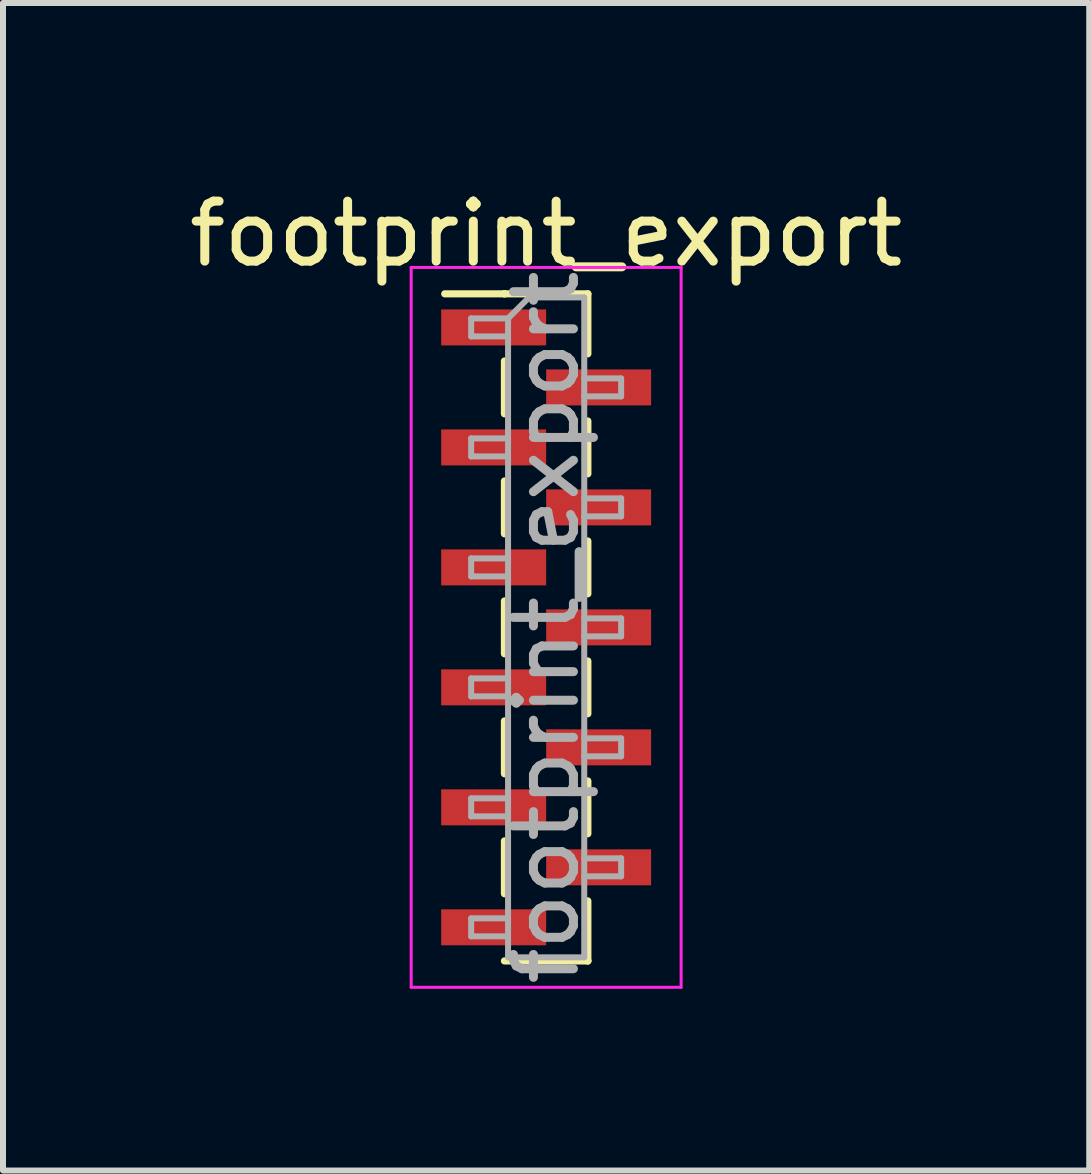
<source format=kicad_pcb>
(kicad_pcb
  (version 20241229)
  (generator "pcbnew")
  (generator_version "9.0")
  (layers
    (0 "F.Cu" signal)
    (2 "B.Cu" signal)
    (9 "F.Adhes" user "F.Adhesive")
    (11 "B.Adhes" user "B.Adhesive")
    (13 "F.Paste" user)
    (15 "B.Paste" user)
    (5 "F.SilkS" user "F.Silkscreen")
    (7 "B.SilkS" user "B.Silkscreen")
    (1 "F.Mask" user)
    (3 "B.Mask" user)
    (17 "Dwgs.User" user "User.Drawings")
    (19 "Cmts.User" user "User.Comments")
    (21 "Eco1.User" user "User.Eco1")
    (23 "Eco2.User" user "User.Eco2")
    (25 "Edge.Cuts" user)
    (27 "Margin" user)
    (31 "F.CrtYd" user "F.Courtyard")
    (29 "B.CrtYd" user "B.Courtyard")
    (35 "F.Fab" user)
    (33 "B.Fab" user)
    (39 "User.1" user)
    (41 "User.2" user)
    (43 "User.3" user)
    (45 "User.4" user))
  (footprint "footprint_export"
    (layer "F.Cu")
    (at 6.054 7.408)
    (property "Reference" "footprint_export" (at 0 -6.56 0) (layer "F.SilkS") (effects (font (size 1 1) (thickness 0.15))))
    (attr smd)
    (fp_line (start -0.695 -5.56) (end -1.69 -5.56) (stroke (width 0.12) (type solid)) (layer "F.SilkS"))
    (fp_line (start -0.695 -5.56) (end -0.695 -5.56) (stroke (width 0.12) (type solid)) (layer "F.SilkS"))
    (fp_line (start -0.695 -5.56) (end 0.695 -5.56) (stroke (width 0.12) (type solid)) (layer "F.SilkS"))
    (fp_line (start -0.695 -4.44) (end -0.695 -3.56) (stroke (width 0.12) (type solid)) (layer "F.SilkS"))
    (fp_line (start -0.695 -2.44) (end -0.695 -1.56) (stroke (width 0.12) (type solid)) (layer "F.SilkS"))
    (fp_line (start -0.695 -0.44) (end -0.695 0.44) (stroke (width 0.12) (type solid)) (layer "F.SilkS"))
    (fp_line (start -0.695 1.56) (end -0.695 2.44) (stroke (width 0.12) (type solid)) (layer "F.SilkS"))
    (fp_line (start -0.695 3.56) (end -0.695 4.44) (stroke (width 0.12) (type solid)) (layer "F.SilkS"))
    (fp_line (start -0.695 5.56) (end 0.695 5.56) (stroke (width 0.12) (type solid)) (layer "F.SilkS"))
    (fp_line (start 0.695 -5.56) (end 0.695 -4.56) (stroke (width 0.12) (type solid)) (layer "F.SilkS"))
    (fp_line (start 0.695 -3.44) (end 0.695 -2.56) (stroke (width 0.12) (type solid)) (layer "F.SilkS"))
    (fp_line (start 0.695 -1.44) (end 0.695 -0.56) (stroke (width 0.12) (type solid)) (layer "F.SilkS"))
    (fp_line (start 0.695 0.56) (end 0.695 1.44) (stroke (width 0.12) (type solid)) (layer "F.SilkS"))
    (fp_line (start 0.695 2.56) (end 0.695 3.44) (stroke (width 0.12) (type solid)) (layer "F.SilkS"))
    (fp_line (start 0.695 4.56) (end 0.695 5.56) (stroke (width 0.12) (type solid)) (layer "F.SilkS"))
    (fp_line (start 0.695 5.56) (end 0.695 5.56) (stroke (width 0.12) (type solid)) (layer "F.SilkS"))
    (fp_line (start -2.25 -6) (end -2.25 6) (stroke (width 0.05) (type solid)) (layer "F.CrtYd"))
    (fp_line (start -2.25 6) (end 2.25 6) (stroke (width 0.05) (type solid)) (layer "F.CrtYd"))
    (fp_line (start 2.25 -6) (end -2.25 -6) (stroke (width 0.05) (type solid)) (layer "F.CrtYd"))
    (fp_line (start 2.25 6) (end 2.25 -6) (stroke (width 0.05) (type solid)) (layer "F.CrtYd"))
    (fp_line (start -1.25 -5.15) (end -1.25 -4.85) (stroke (width 0.1) (type solid)) (layer "F.Fab"))
    (fp_line (start -1.25 -4.85) (end -0.635 -4.85) (stroke (width 0.1) (type solid)) (layer "F.Fab"))
    (fp_line (start -1.25 -3.15) (end -1.25 -2.85) (stroke (width 0.1) (type solid)) (layer "F.Fab"))
    (fp_line (start -1.25 -2.85) (end -0.635 -2.85) (stroke (width 0.1) (type solid)) (layer "F.Fab"))
    (fp_line (start -1.25 -1.15) (end -1.25 -0.85) (stroke (width 0.1) (type solid)) (layer "F.Fab"))
    (fp_line (start -1.25 -0.85) (end -0.635 -0.85) (stroke (width 0.1) (type solid)) (layer "F.Fab"))
    (fp_line (start -1.25 0.85) (end -1.25 1.15) (stroke (width 0.1) (type solid)) (layer "F.Fab"))
    (fp_line (start -1.25 1.15) (end -0.635 1.15) (stroke (width 0.1) (type solid)) (layer "F.Fab"))
    (fp_line (start -1.25 2.85) (end -1.25 3.15) (stroke (width 0.1) (type solid)) (layer "F.Fab"))
    (fp_line (start -1.25 3.15) (end -0.635 3.15) (stroke (width 0.1) (type solid)) (layer "F.Fab"))
    (fp_line (start -1.25 4.85) (end -1.25 5.15) (stroke (width 0.1) (type solid)) (layer "F.Fab"))
    (fp_line (start -1.25 5.15) (end -0.635 5.15) (stroke (width 0.1) (type solid)) (layer "F.Fab"))
    (fp_line (start -0.635 -5.15) (end -1.25 -5.15) (stroke (width 0.1) (type solid)) (layer "F.Fab"))
    (fp_line (start -0.635 -5.15) (end -0.285 -5.5) (stroke (width 0.1) (type solid)) (layer "F.Fab"))
    (fp_line (start -0.635 -3.15) (end -1.25 -3.15) (stroke (width 0.1) (type solid)) (layer "F.Fab"))
    (fp_line (start -0.635 -1.15) (end -1.25 -1.15) (stroke (width 0.1) (type solid)) (layer "F.Fab"))
    (fp_line (start -0.635 0.85) (end -1.25 0.85) (stroke (width 0.1) (type solid)) (layer "F.Fab"))
    (fp_line (start -0.635 2.85) (end -1.25 2.85) (stroke (width 0.1) (type solid)) (layer "F.Fab"))
    (fp_line (start -0.635 4.85) (end -1.25 4.85) (stroke (width 0.1) (type solid)) (layer "F.Fab"))
    (fp_line (start -0.635 5.5) (end -0.635 -5.15) (stroke (width 0.1) (type solid)) (layer "F.Fab"))
    (fp_line (start -0.285 -5.5) (end 0.635 -5.5) (stroke (width 0.1) (type solid)) (layer "F.Fab"))
    (fp_line (start 0.635 -5.5) (end 0.635 5.5) (stroke (width 0.1) (type solid)) (layer "F.Fab"))
    (fp_line (start 0.635 -4.15) (end 1.25 -4.15) (stroke (width 0.1) (type solid)) (layer "F.Fab"))
    (fp_line (start 0.635 -2.15) (end 1.25 -2.15) (stroke (width 0.1) (type solid)) (layer "F.Fab"))
    (fp_line (start 0.635 -0.15) (end 1.25 -0.15) (stroke (width 0.1) (type solid)) (layer "F.Fab"))
    (fp_line (start 0.635 1.85) (end 1.25 1.85) (stroke (width 0.1) (type solid)) (layer "F.Fab"))
    (fp_line (start 0.635 3.85) (end 1.25 3.85) (stroke (width 0.1) (type solid)) (layer "F.Fab"))
    (fp_line (start 0.635 5.5) (end -0.635 5.5) (stroke (width 0.1) (type solid)) (layer "F.Fab"))
    (fp_line (start 1.25 -4.15) (end 1.25 -3.85) (stroke (width 0.1) (type solid)) (layer "F.Fab"))
    (fp_line (start 1.25 -3.85) (end 0.635 -3.85) (stroke (width 0.1) (type solid)) (layer "F.Fab"))
    (fp_line (start 1.25 -2.15) (end 1.25 -1.85) (stroke (width 0.1) (type solid)) (layer "F.Fab"))
    (fp_line (start 1.25 -1.85) (end 0.635 -1.85) (stroke (width 0.1) (type solid)) (layer "F.Fab"))
    (fp_line (start 1.25 -0.15) (end 1.25 0.15) (stroke (width 0.1) (type solid)) (layer "F.Fab"))
    (fp_line (start 1.25 0.15) (end 0.635 0.15) (stroke (width 0.1) (type solid)) (layer "F.Fab"))
    (fp_line (start 1.25 1.85) (end 1.25 2.15) (stroke (width 0.1) (type solid)) (layer "F.Fab"))
    (fp_line (start 1.25 2.15) (end 0.635 2.15) (stroke (width 0.1) (type solid)) (layer "F.Fab"))
    (fp_line (start 1.25 3.85) (end 1.25 4.15) (stroke (width 0.1) (type solid)) (layer "F.Fab"))
    (fp_line (start 1.25 4.15) (end 0.635 4.15) (stroke (width 0.1) (type solid)) (layer "F.Fab"))
    (fp_text user "${REFERENCE}" (at 0 0 90) (layer "F.Fab") (effects (font (size 1 1) (thickness 0.15))))
    (pad "1" smd rect (at -0.875 -5) (size 1.75 0.6) (layers "F.Cu" "F.Mask" "F.Paste"))
    (pad "2" smd rect (at 0.875 -4) (size 1.75 0.6) (layers "F.Cu" "F.Mask" "F.Paste"))
    (pad "3" smd rect (at -0.875 -3) (size 1.75 0.6) (layers "F.Cu" "F.Mask" "F.Paste"))
    (pad "4" smd rect (at 0.875 -2) (size 1.75 0.6) (layers "F.Cu" "F.Mask" "F.Paste"))
    (pad "5" smd rect (at -0.875 -1) (size 1.75 0.6) (layers "F.Cu" "F.Mask" "F.Paste"))
    (pad "6" smd rect (at 0.875 0) (size 1.75 0.6) (layers "F.Cu" "F.Mask" "F.Paste"))
    (pad "7" smd rect (at -0.875 1) (size 1.75 0.6) (layers "F.Cu" "F.Mask" "F.Paste"))
    (pad "8" smd rect (at 0.875 2) (size 1.75 0.6) (layers "F.Cu" "F.Mask" "F.Paste"))
    (pad "9" smd rect (at -0.875 3) (size 1.75 0.6) (layers "F.Cu" "F.Mask" "F.Paste"))
    (pad "10" smd rect (at 0.875 4) (size 1.75 0.6) (layers "F.Cu" "F.Mask" "F.Paste"))
    (pad "11" smd rect (at -0.875 5) (size 1.75 0.6) (layers "F.Cu" "F.Mask" "F.Paste")))
  (gr_rect
    (start -3 -3)
    (end 15.107 16.462)
    (stroke (width 0.1) (type default))
    (fill no)
    (layer "Edge.Cuts")))
</source>
